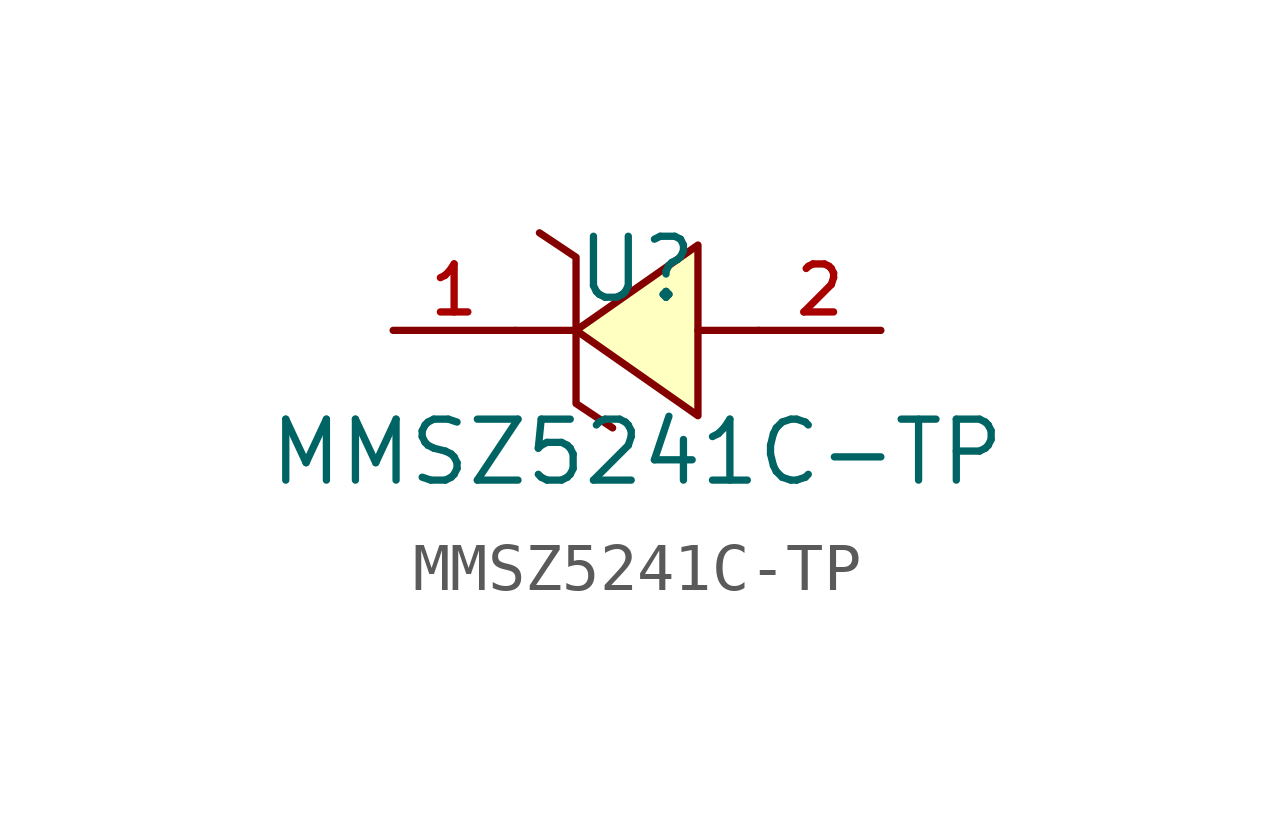
<source format=kicad_sym>
(kicad_symbol_lib
  (version 20210201)
  (generator TousstNicolas/JLC2KiCad_lib)
  (symbol "MMSZ5241C-TP"
    (pin_names hide)
    (property "Reference" "U"
      (at 0 1.27 0)
      (effects (font (size 1.27 1.27))))
    (property "Value" "MMSZ5241C-TP"
      (at 0 -2.54 0)
      (effects (font (size 1.27 1.27))))
    (symbol "MMSZ5241C-TP_0_1"
      (polyline (pts (xy -1.27 -0.0) (xy -2.54 -0.0)) (stroke (width 0) (type default) (color 0 0 0 0)) (fill (type none)))
      (polyline (pts (xy 2.54 -0.0) (xy 1.27 -0.0)) (stroke (width 0) (type default) (color 0 0 0 0)) (fill (type none)))
      (polyline (pts (xy -2.032 2.032) (xy -1.27 1.524) (xy -1.27 -1.524) (xy -0.508 -2.032)) (stroke (width 0) (type default) (color 0 0 0 0)) (fill (type none)))
      (polyline (pts (xy 1.27 1.778) (xy -1.27 -0.0) (xy 1.27 -1.778) (xy 1.27 1.778)) (stroke (width 0) (type default) (color 0 0 0 0)) (fill (type background)))
      (pin unspecified line (at -5.08 -0.0 0) (length 2.54) (name "K" (effects (font (size 1 1)))) (number "1" (effects (font (size 1 1)))))
      (pin unspecified line (at 5.08 -0.0 180) (length 2.54) (name "A" (effects (font (size 1 1)))) (number "2" (effects (font (size 1 1))))))))
</source>
